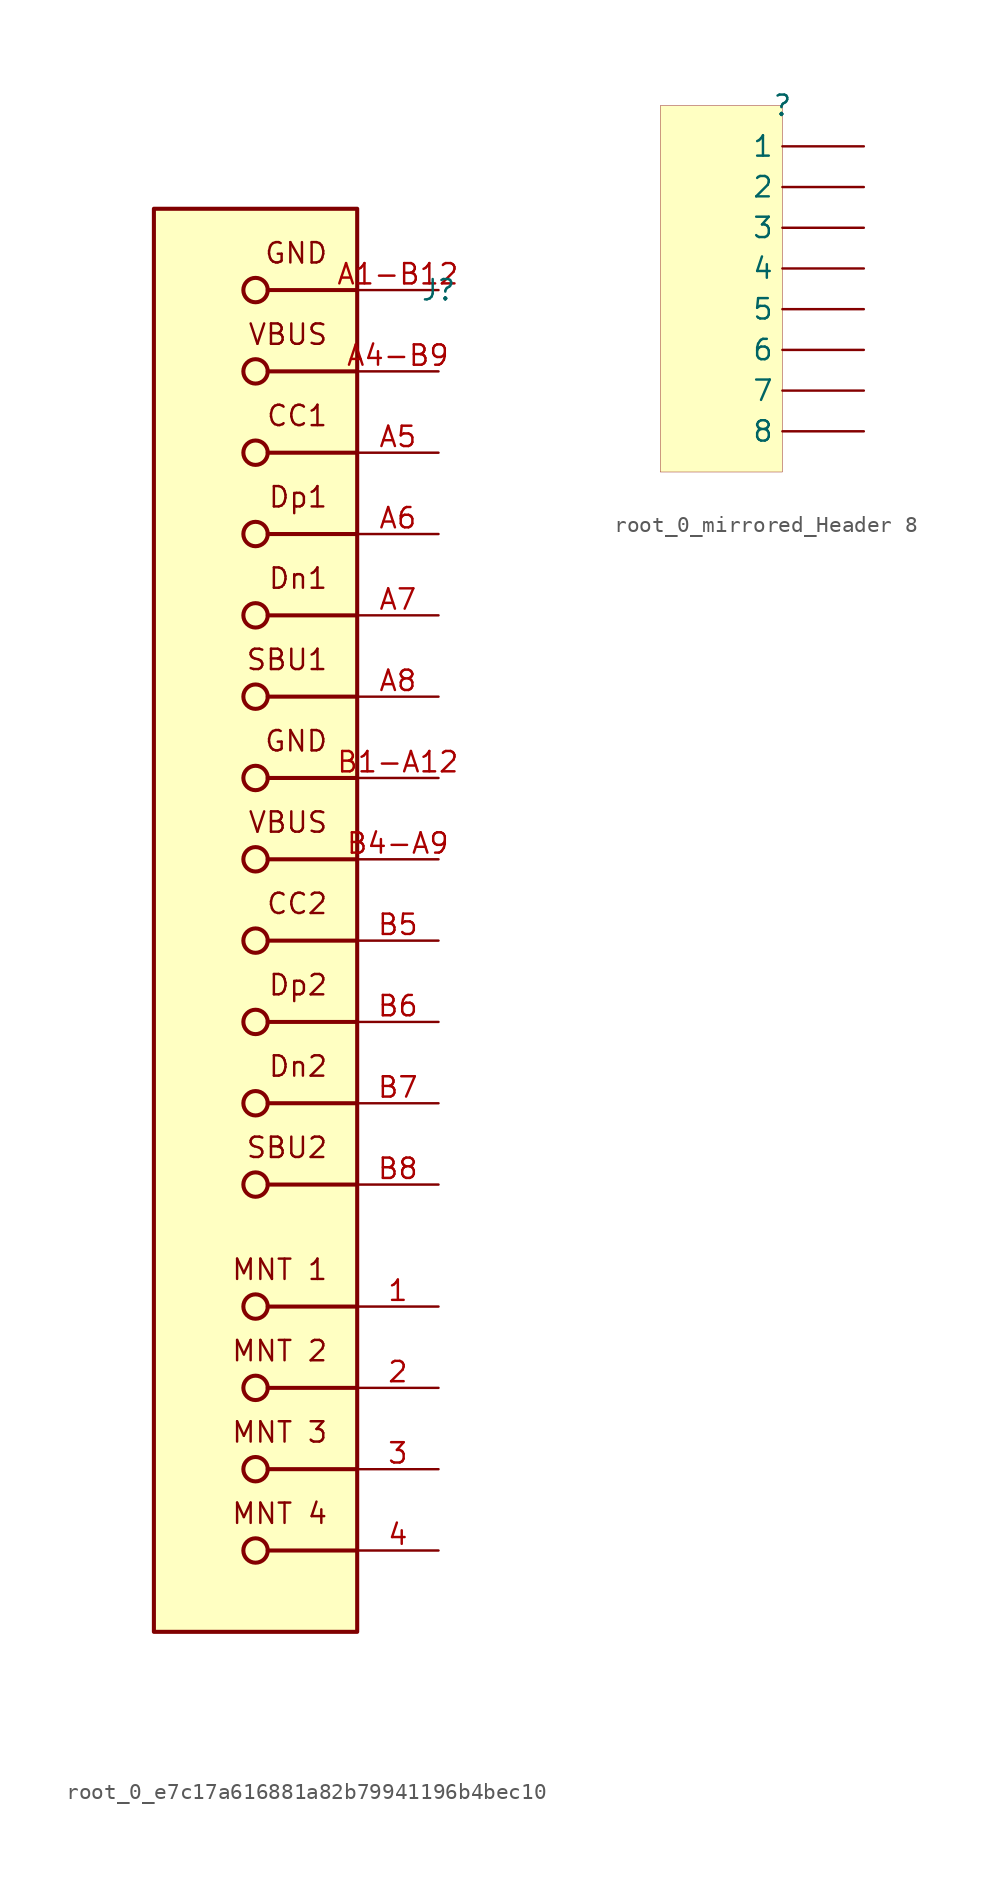
<source format=kicad_sym>
(kicad_symbol_lib
  (version 20231120)
  (generator "kicad_symbol_editor")
  (generator_version "8.0")
  (symbol "root_0_e7c17a616881a82b79941196b4bec10"
    (property "Reference" "J"
      (at 0 0 0)
      (effects (font (size 1.27 1.27))))
    (property "Value" ""
      (at 0 0 0)
      (effects (font (size 1.27 1.27))))
    (symbol "root_0_e7c17a616881a82b79941196b4bec10_1_0"
      (circle (center -11.43 -78.74) (radius 0.762) (stroke (width 0.254) (type solid)) (fill (type none)))
      (circle (center -11.43 -73.66) (radius 0.762) (stroke (width 0.254) (type solid)) (fill (type none)))
      (circle (center -11.43 -68.58) (radius 0.762) (stroke (width 0.254) (type solid)) (fill (type none)))
      (circle (center -11.43 -63.5) (radius 0.762) (stroke (width 0.254) (type solid)) (fill (type none)))
      (circle (center -11.43 -55.88) (radius 0.762) (stroke (width 0.254) (type solid)) (fill (type none)))
      (circle (center -11.43 -50.8) (radius 0.762) (stroke (width 0.254) (type solid)) (fill (type none)))
      (circle (center -11.43 -45.72) (radius 0.762) (stroke (width 0.254) (type solid)) (fill (type none)))
      (circle (center -11.43 -40.64) (radius 0.762) (stroke (width 0.254) (type solid)) (fill (type none)))
      (circle (center -11.43 -35.56) (radius 0.762) (stroke (width 0.254) (type solid)) (fill (type none)))
      (circle (center -11.43 -30.48) (radius 0.762) (stroke (width 0.254) (type solid)) (fill (type none)))
      (circle (center -11.43 -25.4) (radius 0.762) (stroke (width 0.254) (type solid)) (fill (type none)))
      (circle (center -11.43 -20.32) (radius 0.762) (stroke (width 0.254) (type solid)) (fill (type none)))
      (circle (center -11.43 -15.24) (radius 0.762) (stroke (width 0.254) (type solid)) (fill (type none)))
      (circle (center -11.43 -10.16) (radius 0.762) (stroke (width 0.254) (type solid)) (fill (type none)))
      (circle (center -11.43 -5.08) (radius 0.762) (stroke (width 0.254) (type solid)) (fill (type none)))
      (circle (center -11.43 0) (radius 0.762) (stroke (width 0.254) (type solid)) (fill (type none)))
      (rectangle (start -5.08 5.08) (end -17.78 -83.82) (stroke (width 0.254) (type solid) (color 128 0 0 1)) (fill (type background)))
      (polyline (pts (xy -10.668 -78.74) (xy -5.08 -78.74)) (stroke (width 0.254) (type solid)) (fill (type none)))
      (polyline (pts (xy -10.668 -73.66) (xy -5.08 -73.66)) (stroke (width 0.254) (type solid)) (fill (type none)))
      (polyline (pts (xy -10.668 -68.58) (xy -5.08 -68.58)) (stroke (width 0.254) (type solid)) (fill (type none)))
      (polyline (pts (xy -10.668 -63.5) (xy -5.08 -63.5)) (stroke (width 0.254) (type solid)) (fill (type none)))
      (polyline (pts (xy -10.668 -55.88) (xy -5.08 -55.88)) (stroke (width 0.254) (type solid)) (fill (type none)))
      (polyline (pts (xy -10.668 -50.8) (xy -5.08 -50.8)) (stroke (width 0.254) (type solid)) (fill (type none)))
      (polyline (pts (xy -10.668 -45.72) (xy -5.08 -45.72)) (stroke (width 0.254) (type solid)) (fill (type none)))
      (polyline (pts (xy -10.668 -40.64) (xy -5.08 -40.64)) (stroke (width 0.254) (type solid)) (fill (type none)))
      (polyline (pts (xy -10.668 -35.56) (xy -5.08 -35.56)) (stroke (width 0.254) (type solid)) (fill (type none)))
      (polyline (pts (xy -10.668 -30.48) (xy -5.08 -30.48)) (stroke (width 0.254) (type solid)) (fill (type none)))
      (polyline (pts (xy -10.668 -25.4) (xy -5.08 -25.4)) (stroke (width 0.254) (type solid)) (fill (type none)))
      (polyline (pts (xy -10.668 -20.32) (xy -5.08 -20.32)) (stroke (width 0.254) (type solid)) (fill (type none)))
      (polyline (pts (xy -10.668 -15.24) (xy -5.08 -15.24)) (stroke (width 0.254) (type solid)) (fill (type none)))
      (polyline (pts (xy -10.668 -10.16) (xy -5.08 -10.16)) (stroke (width 0.254) (type solid)) (fill (type none)))
      (polyline (pts (xy -10.668 -5.08) (xy -5.08 -5.08)) (stroke (width 0.254) (type solid)) (fill (type none)))
      (polyline (pts (xy -10.668 0) (xy -5.08 0)) (stroke (width 0.254) (type solid)) (fill (type none)))
      (text "CC1" (at -6.858 -7.112 0) (effects (font (size 1.27 1.27)) (justify right top)))
      (text "CC2" (at -6.858 -37.592 0) (effects (font (size 1.27 1.27)) (justify right top)))
      (text "Dn1" (at -6.858 -17.272 0) (effects (font (size 1.27 1.27)) (justify right top)))
      (text "Dn2" (at -6.858 -47.752 0) (effects (font (size 1.27 1.27)) (justify right top)))
      (text "Dp1" (at -6.858 -12.192 0) (effects (font (size 1.27 1.27)) (justify right top)))
      (text "Dp2" (at -6.858 -42.672 0) (effects (font (size 1.27 1.27)) (justify right top)))
      (text "GND" (at -6.858 -27.432 0) (effects (font (size 1.27 1.27)) (justify right top)))
      (text "GND" (at -6.858 3.048 0) (effects (font (size 1.27 1.27)) (justify right top)))
      (text "MNT 1" (at -6.858 -60.452 0) (effects (font (size 1.27 1.27)) (justify right top)))
      (text "MNT 2" (at -6.858 -65.532 0) (effects (font (size 1.27 1.27)) (justify right top)))
      (text "MNT 3" (at -6.858 -70.612 0) (effects (font (size 1.27 1.27)) (justify right top)))
      (text "MNT 4" (at -6.858 -75.692 0) (effects (font (size 1.27 1.27)) (justify right top)))
      (text "SBU1" (at -6.858 -22.352 0) (effects (font (size 1.27 1.27)) (justify right top)))
      (text "SBU2" (at -6.858 -52.832 0) (effects (font (size 1.27 1.27)) (justify right top)))
      (text "VBUS" (at -6.858 -32.512 0) (effects (font (size 1.27 1.27)) (justify right top)))
      (text "VBUS" (at -6.858 -2.032 0) (effects (font (size 1.27 1.27)) (justify right top)))
      (pin power_in line (at 0 -63.5 180) (length 5.08) (name "MNT_1" (effects (font (size 0 0)))) (number "1" (effects (font (size 1.27 1.27)))))
      (pin power_in line (at 0 -68.58 180) (length 5.08) (name "MNT_2" (effects (font (size 0 0)))) (number "2" (effects (font (size 1.27 1.27)))))
      (pin power_in line (at 0 -73.66 180) (length 5.08) (name "MNT_3" (effects (font (size 0 0)))) (number "3" (effects (font (size 1.27 1.27)))))
      (pin power_in line (at 0 -78.74 180) (length 5.08) (name "MNT_4" (effects (font (size 0 0)))) (number "4" (effects (font (size 1.27 1.27)))))
      (pin power_in line (at 0 0 180) (length 5.08) (name "GND" (effects (font (size 0 0)))) (number "A1-B12" (effects (font (size 1.27 1.27)))))
      (pin power_in line (at 0 -5.08 180) (length 5.08) (name "VBUS" (effects (font (size 0 0)))) (number "A4-B9" (effects (font (size 1.27 1.27)))))
      (pin power_in line (at 0 -10.16 180) (length 5.08) (name "CC1" (effects (font (size 0 0)))) (number "A5" (effects (font (size 1.27 1.27)))))
      (pin bidirectional line (at 0 -15.24 180) (length 5.08) (name "Dp1" (effects (font (size 0 0)))) (number "A6" (effects (font (size 1.27 1.27)))))
      (pin bidirectional line (at 0 -20.32 180) (length 5.08) (name "Dn1" (effects (font (size 0 0)))) (number "A7" (effects (font (size 1.27 1.27)))))
      (pin bidirectional line (at 0 -25.4 180) (length 5.08) (name "SBU1" (effects (font (size 0 0)))) (number "A8" (effects (font (size 1.27 1.27)))))
      (pin bidirectional line (at 0 -30.48 180) (length 5.08) (name "GND" (effects (font (size 0 0)))) (number "B1-A12" (effects (font (size 1.27 1.27)))))
      (pin bidirectional line (at 0 -35.56 180) (length 5.08) (name "VBUS" (effects (font (size 0 0)))) (number "B4-A9" (effects (font (size 1.27 1.27)))))
      (pin bidirectional line (at 0 -40.64 180) (length 5.08) (name "CC2" (effects (font (size 0 0)))) (number "B5" (effects (font (size 1.27 1.27)))))
      (pin bidirectional line (at 0 -45.72 180) (length 5.08) (name "Dp2" (effects (font (size 0 0)))) (number "B6" (effects (font (size 1.27 1.27)))))
      (pin bidirectional line (at 0 -50.8 180) (length 5.08) (name "Dn2" (effects (font (size 0 0)))) (number "B7" (effects (font (size 1.27 1.27)))))
      (pin power_in line (at 0 -55.88 180) (length 5.08) (name "SBU2" (effects (font (size 0 0)))) (number "B8" (effects (font (size 1.27 1.27)))))))
  (symbol "root_0_mirrored_Header 8"
    (property "Reference" ""
      (at 0 0 0)
      (effects (font (size 1.27 1.27))))
    (property "Value" ""
      (at 0 0 0)
      (effects (font (size 1.27 1.27))))
    (symbol "root_0_mirrored_Header 8_1_0"
      (rectangle (start 0 0) (end -7.62 -22.86) (stroke (width 0.025) (type solid) (color 128 0 0 1)) (fill (type background)))
      (pin passive line (at 5.08 -2.54 180) (length 5.08) (name "1" (effects (font (size 1.27 1.27)))) (number "1" (effects (font (size 0 0)))))
      (pin passive line (at 5.08 -5.08 180) (length 5.08) (name "2" (effects (font (size 1.27 1.27)))) (number "2" (effects (font (size 0 0)))))
      (pin passive line (at 5.08 -7.62 180) (length 5.08) (name "3" (effects (font (size 1.27 1.27)))) (number "3" (effects (font (size 0 0)))))
      (pin passive line (at 5.08 -10.16 180) (length 5.08) (name "4" (effects (font (size 1.27 1.27)))) (number "4" (effects (font (size 0 0)))))
      (pin passive line (at 5.08 -12.7 180) (length 5.08) (name "5" (effects (font (size 1.27 1.27)))) (number "5" (effects (font (size 0 0)))))
      (pin passive line (at 5.08 -15.24 180) (length 5.08) (name "6" (effects (font (size 1.27 1.27)))) (number "6" (effects (font (size 0 0)))))
      (pin passive line (at 5.08 -17.78 180) (length 5.08) (name "7" (effects (font (size 1.27 1.27)))) (number "7" (effects (font (size 0 0)))))
      (pin passive line (at 5.08 -20.32 180) (length 5.08) (name "8" (effects (font (size 1.27 1.27)))) (number "8" (effects (font (size 0 0))))))))
</source>
